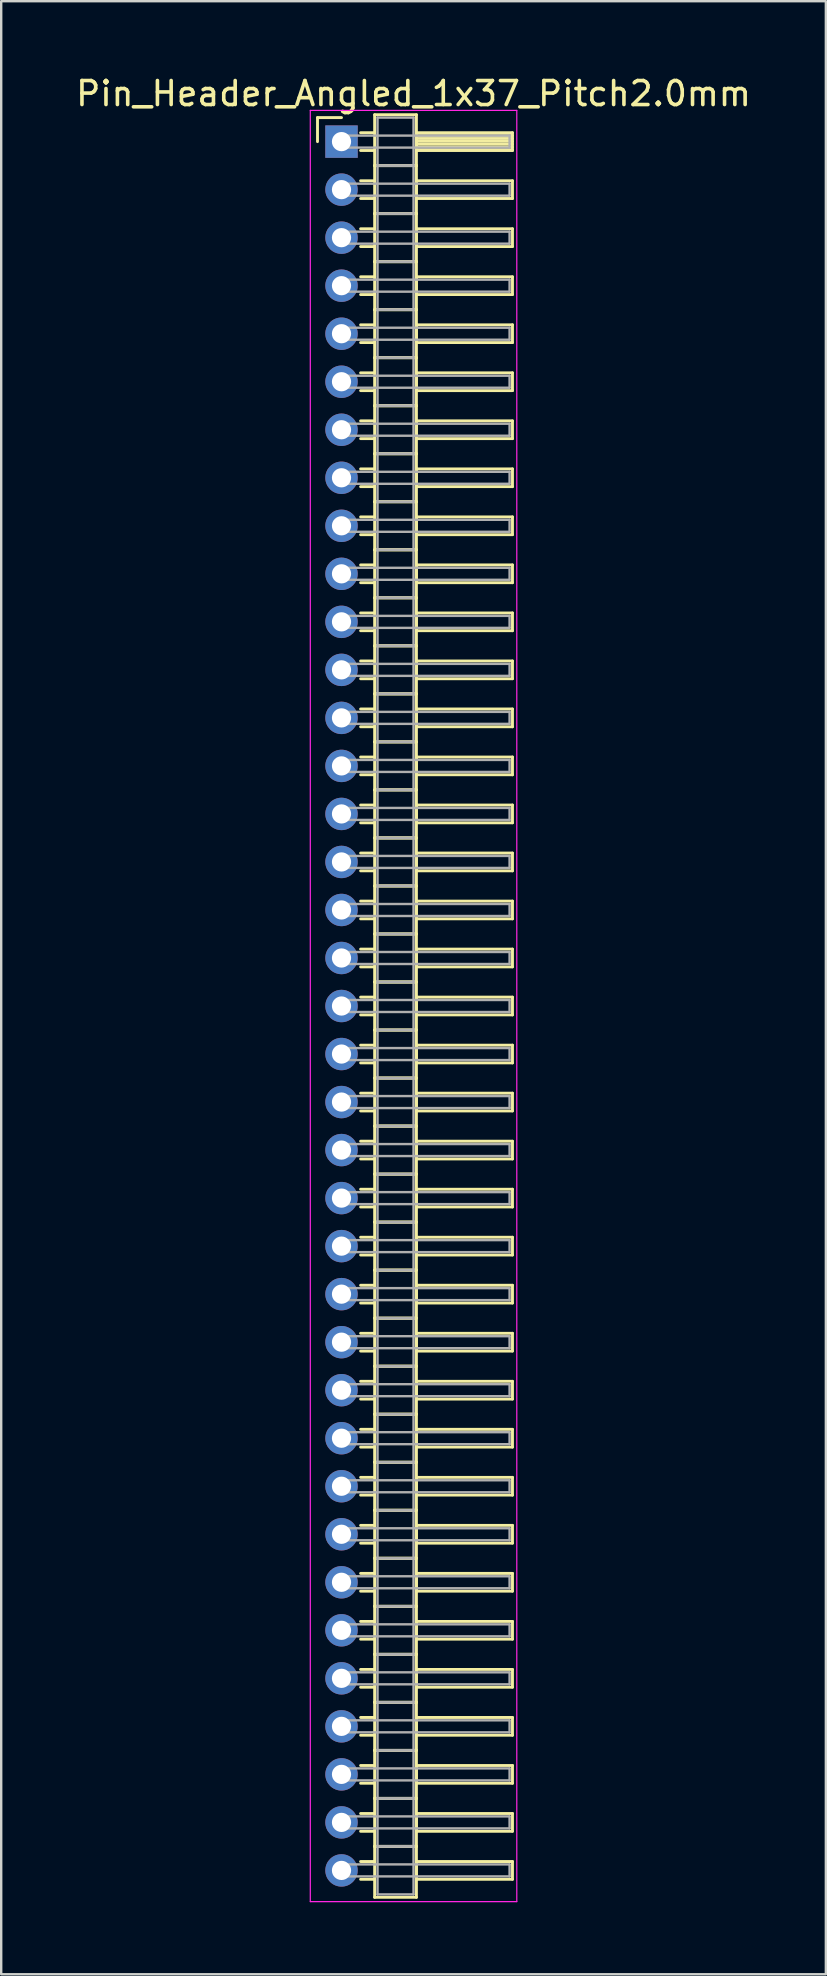
<source format=kicad_pcb>
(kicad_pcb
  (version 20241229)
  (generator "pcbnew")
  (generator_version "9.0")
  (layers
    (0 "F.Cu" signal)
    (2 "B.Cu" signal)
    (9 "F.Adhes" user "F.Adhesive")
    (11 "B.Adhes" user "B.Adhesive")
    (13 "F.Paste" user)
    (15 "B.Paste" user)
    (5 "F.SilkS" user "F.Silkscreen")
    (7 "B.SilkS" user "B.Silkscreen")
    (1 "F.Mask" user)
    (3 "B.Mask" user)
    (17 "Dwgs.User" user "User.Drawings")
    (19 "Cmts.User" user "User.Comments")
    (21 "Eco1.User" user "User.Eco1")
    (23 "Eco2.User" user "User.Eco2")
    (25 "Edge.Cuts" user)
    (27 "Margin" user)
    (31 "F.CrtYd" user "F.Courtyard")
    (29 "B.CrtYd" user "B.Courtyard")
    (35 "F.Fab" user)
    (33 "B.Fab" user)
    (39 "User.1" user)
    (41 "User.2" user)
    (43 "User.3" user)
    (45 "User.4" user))
  (footprint "Pin_Header_Angled_1x37_Pitch2.0mm"
    (layer "F.Cu")
    (at 11.173 2.848)
    (property "Reference" "Pin_Header_Angled_1x37_Pitch2.0mm" (at 3 -2 0) (layer "F.SilkS") (effects (font (size 1 1) (thickness 0.15))))
    (attr through_hole)
    (fp_line (start -1 -1) (end 0 -1) (stroke (width 0.12) (type solid)) (layer "F.SilkS"))
    (fp_line (start -1 0) (end -1 -1) (stroke (width 0.12) (type solid)) (layer "F.SilkS"))
    (fp_line (start 0.795 -0.37) (end 1.38 -0.37) (stroke (width 0.12) (type solid)) (layer "F.SilkS"))
    (fp_line (start 0.795 0.37) (end 1.38 0.37) (stroke (width 0.12) (type solid)) (layer "F.SilkS"))
    (fp_line (start 0.795 1.63) (end 1.38 1.63) (stroke (width 0.12) (type solid)) (layer "F.SilkS"))
    (fp_line (start 0.795 2.37) (end 1.38 2.37) (stroke (width 0.12) (type solid)) (layer "F.SilkS"))
    (fp_line (start 0.795 3.63) (end 1.38 3.63) (stroke (width 0.12) (type solid)) (layer "F.SilkS"))
    (fp_line (start 0.795 4.37) (end 1.38 4.37) (stroke (width 0.12) (type solid)) (layer "F.SilkS"))
    (fp_line (start 0.795 5.63) (end 1.38 5.63) (stroke (width 0.12) (type solid)) (layer "F.SilkS"))
    (fp_line (start 0.795 6.37) (end 1.38 6.37) (stroke (width 0.12) (type solid)) (layer "F.SilkS"))
    (fp_line (start 0.795 7.63) (end 1.38 7.63) (stroke (width 0.12) (type solid)) (layer "F.SilkS"))
    (fp_line (start 0.795 8.37) (end 1.38 8.37) (stroke (width 0.12) (type solid)) (layer "F.SilkS"))
    (fp_line (start 0.795 9.63) (end 1.38 9.63) (stroke (width 0.12) (type solid)) (layer "F.SilkS"))
    (fp_line (start 0.795 10.37) (end 1.38 10.37) (stroke (width 0.12) (type solid)) (layer "F.SilkS"))
    (fp_line (start 0.795 11.63) (end 1.38 11.63) (stroke (width 0.12) (type solid)) (layer "F.SilkS"))
    (fp_line (start 0.795 12.37) (end 1.38 12.37) (stroke (width 0.12) (type solid)) (layer "F.SilkS"))
    (fp_line (start 0.795 13.63) (end 1.38 13.63) (stroke (width 0.12) (type solid)) (layer "F.SilkS"))
    (fp_line (start 0.795 14.37) (end 1.38 14.37) (stroke (width 0.12) (type solid)) (layer "F.SilkS"))
    (fp_line (start 0.795 15.63) (end 1.38 15.63) (stroke (width 0.12) (type solid)) (layer "F.SilkS"))
    (fp_line (start 0.795 16.37) (end 1.38 16.37) (stroke (width 0.12) (type solid)) (layer "F.SilkS"))
    (fp_line (start 0.795 17.63) (end 1.38 17.63) (stroke (width 0.12) (type solid)) (layer "F.SilkS"))
    (fp_line (start 0.795 18.37) (end 1.38 18.37) (stroke (width 0.12) (type solid)) (layer "F.SilkS"))
    (fp_line (start 0.795 19.63) (end 1.38 19.63) (stroke (width 0.12) (type solid)) (layer "F.SilkS"))
    (fp_line (start 0.795 20.37) (end 1.38 20.37) (stroke (width 0.12) (type solid)) (layer "F.SilkS"))
    (fp_line (start 0.795 21.63) (end 1.38 21.63) (stroke (width 0.12) (type solid)) (layer "F.SilkS"))
    (fp_line (start 0.795 22.37) (end 1.38 22.37) (stroke (width 0.12) (type solid)) (layer "F.SilkS"))
    (fp_line (start 0.795 23.63) (end 1.38 23.63) (stroke (width 0.12) (type solid)) (layer "F.SilkS"))
    (fp_line (start 0.795 24.37) (end 1.38 24.37) (stroke (width 0.12) (type solid)) (layer "F.SilkS"))
    (fp_line (start 0.795 25.63) (end 1.38 25.63) (stroke (width 0.12) (type solid)) (layer "F.SilkS"))
    (fp_line (start 0.795 26.37) (end 1.38 26.37) (stroke (width 0.12) (type solid)) (layer "F.SilkS"))
    (fp_line (start 0.795 27.63) (end 1.38 27.63) (stroke (width 0.12) (type solid)) (layer "F.SilkS"))
    (fp_line (start 0.795 28.37) (end 1.38 28.37) (stroke (width 0.12) (type solid)) (layer "F.SilkS"))
    (fp_line (start 0.795 29.63) (end 1.38 29.63) (stroke (width 0.12) (type solid)) (layer "F.SilkS"))
    (fp_line (start 0.795 30.37) (end 1.38 30.37) (stroke (width 0.12) (type solid)) (layer "F.SilkS"))
    (fp_line (start 0.795 31.63) (end 1.38 31.63) (stroke (width 0.12) (type solid)) (layer "F.SilkS"))
    (fp_line (start 0.795 32.37) (end 1.38 32.37) (stroke (width 0.12) (type solid)) (layer "F.SilkS"))
    (fp_line (start 0.795 33.63) (end 1.38 33.63) (stroke (width 0.12) (type solid)) (layer "F.SilkS"))
    (fp_line (start 0.795 34.37) (end 1.38 34.37) (stroke (width 0.12) (type solid)) (layer "F.SilkS"))
    (fp_line (start 0.795 35.63) (end 1.38 35.63) (stroke (width 0.12) (type solid)) (layer "F.SilkS"))
    (fp_line (start 0.795 36.37) (end 1.38 36.37) (stroke (width 0.12) (type solid)) (layer "F.SilkS"))
    (fp_line (start 0.795 37.63) (end 1.38 37.63) (stroke (width 0.12) (type solid)) (layer "F.SilkS"))
    (fp_line (start 0.795 38.37) (end 1.38 38.37) (stroke (width 0.12) (type solid)) (layer "F.SilkS"))
    (fp_line (start 0.795 39.63) (end 1.38 39.63) (stroke (width 0.12) (type solid)) (layer "F.SilkS"))
    (fp_line (start 0.795 40.37) (end 1.38 40.37) (stroke (width 0.12) (type solid)) (layer "F.SilkS"))
    (fp_line (start 0.795 41.63) (end 1.38 41.63) (stroke (width 0.12) (type solid)) (layer "F.SilkS"))
    (fp_line (start 0.795 42.37) (end 1.38 42.37) (stroke (width 0.12) (type solid)) (layer "F.SilkS"))
    (fp_line (start 0.795 43.63) (end 1.38 43.63) (stroke (width 0.12) (type solid)) (layer "F.SilkS"))
    (fp_line (start 0.795 44.37) (end 1.38 44.37) (stroke (width 0.12) (type solid)) (layer "F.SilkS"))
    (fp_line (start 0.795 45.63) (end 1.38 45.63) (stroke (width 0.12) (type solid)) (layer "F.SilkS"))
    (fp_line (start 0.795 46.37) (end 1.38 46.37) (stroke (width 0.12) (type solid)) (layer "F.SilkS"))
    (fp_line (start 0.795 47.63) (end 1.38 47.63) (stroke (width 0.12) (type solid)) (layer "F.SilkS"))
    (fp_line (start 0.795 48.37) (end 1.38 48.37) (stroke (width 0.12) (type solid)) (layer "F.SilkS"))
    (fp_line (start 0.795 49.63) (end 1.38 49.63) (stroke (width 0.12) (type solid)) (layer "F.SilkS"))
    (fp_line (start 0.795 50.37) (end 1.38 50.37) (stroke (width 0.12) (type solid)) (layer "F.SilkS"))
    (fp_line (start 0.795 51.63) (end 1.38 51.63) (stroke (width 0.12) (type solid)) (layer "F.SilkS"))
    (fp_line (start 0.795 52.37) (end 1.38 52.37) (stroke (width 0.12) (type solid)) (layer "F.SilkS"))
    (fp_line (start 0.795 53.63) (end 1.38 53.63) (stroke (width 0.12) (type solid)) (layer "F.SilkS"))
    (fp_line (start 0.795 54.37) (end 1.38 54.37) (stroke (width 0.12) (type solid)) (layer "F.SilkS"))
    (fp_line (start 0.795 55.63) (end 1.38 55.63) (stroke (width 0.12) (type solid)) (layer "F.SilkS"))
    (fp_line (start 0.795 56.37) (end 1.38 56.37) (stroke (width 0.12) (type solid)) (layer "F.SilkS"))
    (fp_line (start 0.795 57.63) (end 1.38 57.63) (stroke (width 0.12) (type solid)) (layer "F.SilkS"))
    (fp_line (start 0.795 58.37) (end 1.38 58.37) (stroke (width 0.12) (type solid)) (layer "F.SilkS"))
    (fp_line (start 0.795 59.63) (end 1.38 59.63) (stroke (width 0.12) (type solid)) (layer "F.SilkS"))
    (fp_line (start 0.795 60.37) (end 1.38 60.37) (stroke (width 0.12) (type solid)) (layer "F.SilkS"))
    (fp_line (start 0.795 61.63) (end 1.38 61.63) (stroke (width 0.12) (type solid)) (layer "F.SilkS"))
    (fp_line (start 0.795 62.37) (end 1.38 62.37) (stroke (width 0.12) (type solid)) (layer "F.SilkS"))
    (fp_line (start 0.795 63.63) (end 1.38 63.63) (stroke (width 0.12) (type solid)) (layer "F.SilkS"))
    (fp_line (start 0.795 64.37) (end 1.38 64.37) (stroke (width 0.12) (type solid)) (layer "F.SilkS"))
    (fp_line (start 0.795 65.63) (end 1.38 65.63) (stroke (width 0.12) (type solid)) (layer "F.SilkS"))
    (fp_line (start 0.795 66.37) (end 1.38 66.37) (stroke (width 0.12) (type solid)) (layer "F.SilkS"))
    (fp_line (start 0.795 67.63) (end 1.38 67.63) (stroke (width 0.12) (type solid)) (layer "F.SilkS"))
    (fp_line (start 0.795 68.37) (end 1.38 68.37) (stroke (width 0.12) (type solid)) (layer "F.SilkS"))
    (fp_line (start 0.795 69.63) (end 1.38 69.63) (stroke (width 0.12) (type solid)) (layer "F.SilkS"))
    (fp_line (start 0.795 70.37) (end 1.38 70.37) (stroke (width 0.12) (type solid)) (layer "F.SilkS"))
    (fp_line (start 0.795 71.63) (end 1.38 71.63) (stroke (width 0.12) (type solid)) (layer "F.SilkS"))
    (fp_line (start 0.795 72.37) (end 1.38 72.37) (stroke (width 0.12) (type solid)) (layer "F.SilkS"))
    (fp_line (start 1.38 -1.12) (end 1.38 1) (stroke (width 0.12) (type solid)) (layer "F.SilkS"))
    (fp_line (start 1.38 1) (end 1.38 3) (stroke (width 0.12) (type solid)) (layer "F.SilkS"))
    (fp_line (start 1.38 1) (end 3.12 1) (stroke (width 0.12) (type solid)) (layer "F.SilkS"))
    (fp_line (start 1.38 3) (end 1.38 5) (stroke (width 0.12) (type solid)) (layer "F.SilkS"))
    (fp_line (start 1.38 3) (end 3.12 3) (stroke (width 0.12) (type solid)) (layer "F.SilkS"))
    (fp_line (start 1.38 5) (end 1.38 7) (stroke (width 0.12) (type solid)) (layer "F.SilkS"))
    (fp_line (start 1.38 5) (end 3.12 5) (stroke (width 0.12) (type solid)) (layer "F.SilkS"))
    (fp_line (start 1.38 7) (end 1.38 9) (stroke (width 0.12) (type solid)) (layer "F.SilkS"))
    (fp_line (start 1.38 7) (end 3.12 7) (stroke (width 0.12) (type solid)) (layer "F.SilkS"))
    (fp_line (start 1.38 9) (end 1.38 11) (stroke (width 0.12) (type solid)) (layer "F.SilkS"))
    (fp_line (start 1.38 9) (end 3.12 9) (stroke (width 0.12) (type solid)) (layer "F.SilkS"))
    (fp_line (start 1.38 11) (end 1.38 13) (stroke (width 0.12) (type solid)) (layer "F.SilkS"))
    (fp_line (start 1.38 11) (end 3.12 11) (stroke (width 0.12) (type solid)) (layer "F.SilkS"))
    (fp_line (start 1.38 13) (end 1.38 15) (stroke (width 0.12) (type solid)) (layer "F.SilkS"))
    (fp_line (start 1.38 13) (end 3.12 13) (stroke (width 0.12) (type solid)) (layer "F.SilkS"))
    (fp_line (start 1.38 15) (end 1.38 17) (stroke (width 0.12) (type solid)) (layer "F.SilkS"))
    (fp_line (start 1.38 15) (end 3.12 15) (stroke (width 0.12) (type solid)) (layer "F.SilkS"))
    (fp_line (start 1.38 17) (end 1.38 19) (stroke (width 0.12) (type solid)) (layer "F.SilkS"))
    (fp_line (start 1.38 17) (end 3.12 17) (stroke (width 0.12) (type solid)) (layer "F.SilkS"))
    (fp_line (start 1.38 19) (end 1.38 21) (stroke (width 0.12) (type solid)) (layer "F.SilkS"))
    (fp_line (start 1.38 19) (end 3.12 19) (stroke (width 0.12) (type solid)) (layer "F.SilkS"))
    (fp_line (start 1.38 21) (end 1.38 23) (stroke (width 0.12) (type solid)) (layer "F.SilkS"))
    (fp_line (start 1.38 21) (end 3.12 21) (stroke (width 0.12) (type solid)) (layer "F.SilkS"))
    (fp_line (start 1.38 23) (end 1.38 25) (stroke (width 0.12) (type solid)) (layer "F.SilkS"))
    (fp_line (start 1.38 23) (end 3.12 23) (stroke (width 0.12) (type solid)) (layer "F.SilkS"))
    (fp_line (start 1.38 25) (end 1.38 27) (stroke (width 0.12) (type solid)) (layer "F.SilkS"))
    (fp_line (start 1.38 25) (end 3.12 25) (stroke (width 0.12) (type solid)) (layer "F.SilkS"))
    (fp_line (start 1.38 27) (end 1.38 29) (stroke (width 0.12) (type solid)) (layer "F.SilkS"))
    (fp_line (start 1.38 27) (end 3.12 27) (stroke (width 0.12) (type solid)) (layer "F.SilkS"))
    (fp_line (start 1.38 29) (end 1.38 31) (stroke (width 0.12) (type solid)) (layer "F.SilkS"))
    (fp_line (start 1.38 29) (end 3.12 29) (stroke (width 0.12) (type solid)) (layer "F.SilkS"))
    (fp_line (start 1.38 31) (end 1.38 33) (stroke (width 0.12) (type solid)) (layer "F.SilkS"))
    (fp_line (start 1.38 31) (end 3.12 31) (stroke (width 0.12) (type solid)) (layer "F.SilkS"))
    (fp_line (start 1.38 33) (end 1.38 35) (stroke (width 0.12) (type solid)) (layer "F.SilkS"))
    (fp_line (start 1.38 33) (end 3.12 33) (stroke (width 0.12) (type solid)) (layer "F.SilkS"))
    (fp_line (start 1.38 35) (end 1.38 37) (stroke (width 0.12) (type solid)) (layer "F.SilkS"))
    (fp_line (start 1.38 35) (end 3.12 35) (stroke (width 0.12) (type solid)) (layer "F.SilkS"))
    (fp_line (start 1.38 37) (end 1.38 39) (stroke (width 0.12) (type solid)) (layer "F.SilkS"))
    (fp_line (start 1.38 37) (end 3.12 37) (stroke (width 0.12) (type solid)) (layer "F.SilkS"))
    (fp_line (start 1.38 39) (end 1.38 41) (stroke (width 0.12) (type solid)) (layer "F.SilkS"))
    (fp_line (start 1.38 39) (end 3.12 39) (stroke (width 0.12) (type solid)) (layer "F.SilkS"))
    (fp_line (start 1.38 41) (end 1.38 43) (stroke (width 0.12) (type solid)) (layer "F.SilkS"))
    (fp_line (start 1.38 41) (end 3.12 41) (stroke (width 0.12) (type solid)) (layer "F.SilkS"))
    (fp_line (start 1.38 43) (end 1.38 45) (stroke (width 0.12) (type solid)) (layer "F.SilkS"))
    (fp_line (start 1.38 43) (end 3.12 43) (stroke (width 0.12) (type solid)) (layer "F.SilkS"))
    (fp_line (start 1.38 45) (end 1.38 47) (stroke (width 0.12) (type solid)) (layer "F.SilkS"))
    (fp_line (start 1.38 45) (end 3.12 45) (stroke (width 0.12) (type solid)) (layer "F.SilkS"))
    (fp_line (start 1.38 47) (end 1.38 49) (stroke (width 0.12) (type solid)) (layer "F.SilkS"))
    (fp_line (start 1.38 47) (end 3.12 47) (stroke (width 0.12) (type solid)) (layer "F.SilkS"))
    (fp_line (start 1.38 49) (end 1.38 51) (stroke (width 0.12) (type solid)) (layer "F.SilkS"))
    (fp_line (start 1.38 49) (end 3.12 49) (stroke (width 0.12) (type solid)) (layer "F.SilkS"))
    (fp_line (start 1.38 51) (end 1.38 53) (stroke (width 0.12) (type solid)) (layer "F.SilkS"))
    (fp_line (start 1.38 51) (end 3.12 51) (stroke (width 0.12) (type solid)) (layer "F.SilkS"))
    (fp_line (start 1.38 53) (end 1.38 55) (stroke (width 0.12) (type solid)) (layer "F.SilkS"))
    (fp_line (start 1.38 53) (end 3.12 53) (stroke (width 0.12) (type solid)) (layer "F.SilkS"))
    (fp_line (start 1.38 55) (end 1.38 57) (stroke (width 0.12) (type solid)) (layer "F.SilkS"))
    (fp_line (start 1.38 55) (end 3.12 55) (stroke (width 0.12) (type solid)) (layer "F.SilkS"))
    (fp_line (start 1.38 57) (end 1.38 59) (stroke (width 0.12) (type solid)) (layer "F.SilkS"))
    (fp_line (start 1.38 57) (end 3.12 57) (stroke (width 0.12) (type solid)) (layer "F.SilkS"))
    (fp_line (start 1.38 59) (end 1.38 61) (stroke (width 0.12) (type solid)) (layer "F.SilkS"))
    (fp_line (start 1.38 59) (end 3.12 59) (stroke (width 0.12) (type solid)) (layer "F.SilkS"))
    (fp_line (start 1.38 61) (end 1.38 63) (stroke (width 0.12) (type solid)) (layer "F.SilkS"))
    (fp_line (start 1.38 61) (end 3.12 61) (stroke (width 0.12) (type solid)) (layer "F.SilkS"))
    (fp_line (start 1.38 63) (end 1.38 65) (stroke (width 0.12) (type solid)) (layer "F.SilkS"))
    (fp_line (start 1.38 63) (end 3.12 63) (stroke (width 0.12) (type solid)) (layer "F.SilkS"))
    (fp_line (start 1.38 65) (end 1.38 67) (stroke (width 0.12) (type solid)) (layer "F.SilkS"))
    (fp_line (start 1.38 65) (end 3.12 65) (stroke (width 0.12) (type solid)) (layer "F.SilkS"))
    (fp_line (start 1.38 67) (end 1.38 69) (stroke (width 0.12) (type solid)) (layer "F.SilkS"))
    (fp_line (start 1.38 67) (end 3.12 67) (stroke (width 0.12) (type solid)) (layer "F.SilkS"))
    (fp_line (start 1.38 69) (end 1.38 71) (stroke (width 0.12) (type solid)) (layer "F.SilkS"))
    (fp_line (start 1.38 69) (end 3.12 69) (stroke (width 0.12) (type solid)) (layer "F.SilkS"))
    (fp_line (start 1.38 71) (end 1.38 73.12) (stroke (width 0.12) (type solid)) (layer "F.SilkS"))
    (fp_line (start 1.38 71) (end 3.12 71) (stroke (width 0.12) (type solid)) (layer "F.SilkS"))
    (fp_line (start 1.38 73.12) (end 3.12 73.12) (stroke (width 0.12) (type solid)) (layer "F.SilkS"))
    (fp_line (start 3.12 -1.12) (end 1.38 -1.12) (stroke (width 0.12) (type solid)) (layer "F.SilkS"))
    (fp_line (start 3.12 -0.37) (end 3.12 0.37) (stroke (width 0.12) (type solid)) (layer "F.SilkS"))
    (fp_line (start 3.12 -0.25) (end 7.12 -0.25) (stroke (width 0.12) (type solid)) (layer "F.SilkS"))
    (fp_line (start 3.12 -0.13) (end 7.12 -0.13) (stroke (width 0.12) (type solid)) (layer "F.SilkS"))
    (fp_line (start 3.12 -0.01) (end 7.12 -0.01) (stroke (width 0.12) (type solid)) (layer "F.SilkS"))
    (fp_line (start 3.12 0.11) (end 7.12 0.11) (stroke (width 0.12) (type solid)) (layer "F.SilkS"))
    (fp_line (start 3.12 0.23) (end 7.12 0.23) (stroke (width 0.12) (type solid)) (layer "F.SilkS"))
    (fp_line (start 3.12 0.35) (end 7.12 0.35) (stroke (width 0.12) (type solid)) (layer "F.SilkS"))
    (fp_line (start 3.12 0.37) (end 7.12 0.37) (stroke (width 0.12) (type solid)) (layer "F.SilkS"))
    (fp_line (start 3.12 1) (end 1.38 1) (stroke (width 0.12) (type solid)) (layer "F.SilkS"))
    (fp_line (start 3.12 1) (end 3.12 -1.12) (stroke (width 0.12) (type solid)) (layer "F.SilkS"))
    (fp_line (start 3.12 1.63) (end 3.12 2.37) (stroke (width 0.12) (type solid)) (layer "F.SilkS"))
    (fp_line (start 3.12 2.37) (end 7.12 2.37) (stroke (width 0.12) (type solid)) (layer "F.SilkS"))
    (fp_line (start 3.12 3) (end 1.38 3) (stroke (width 0.12) (type solid)) (layer "F.SilkS"))
    (fp_line (start 3.12 3) (end 3.12 1) (stroke (width 0.12) (type solid)) (layer "F.SilkS"))
    (fp_line (start 3.12 3.63) (end 3.12 4.37) (stroke (width 0.12) (type solid)) (layer "F.SilkS"))
    (fp_line (start 3.12 4.37) (end 7.12 4.37) (stroke (width 0.12) (type solid)) (layer "F.SilkS"))
    (fp_line (start 3.12 5) (end 1.38 5) (stroke (width 0.12) (type solid)) (layer "F.SilkS"))
    (fp_line (start 3.12 5) (end 3.12 3) (stroke (width 0.12) (type solid)) (layer "F.SilkS"))
    (fp_line (start 3.12 5.63) (end 3.12 6.37) (stroke (width 0.12) (type solid)) (layer "F.SilkS"))
    (fp_line (start 3.12 6.37) (end 7.12 6.37) (stroke (width 0.12) (type solid)) (layer "F.SilkS"))
    (fp_line (start 3.12 7) (end 1.38 7) (stroke (width 0.12) (type solid)) (layer "F.SilkS"))
    (fp_line (start 3.12 7) (end 3.12 5) (stroke (width 0.12) (type solid)) (layer "F.SilkS"))
    (fp_line (start 3.12 7.63) (end 3.12 8.37) (stroke (width 0.12) (type solid)) (layer "F.SilkS"))
    (fp_line (start 3.12 8.37) (end 7.12 8.37) (stroke (width 0.12) (type solid)) (layer "F.SilkS"))
    (fp_line (start 3.12 9) (end 1.38 9) (stroke (width 0.12) (type solid)) (layer "F.SilkS"))
    (fp_line (start 3.12 9) (end 3.12 7) (stroke (width 0.12) (type solid)) (layer "F.SilkS"))
    (fp_line (start 3.12 9.63) (end 3.12 10.37) (stroke (width 0.12) (type solid)) (layer "F.SilkS"))
    (fp_line (start 3.12 10.37) (end 7.12 10.37) (stroke (width 0.12) (type solid)) (layer "F.SilkS"))
    (fp_line (start 3.12 11) (end 1.38 11) (stroke (width 0.12) (type solid)) (layer "F.SilkS"))
    (fp_line (start 3.12 11) (end 3.12 9) (stroke (width 0.12) (type solid)) (layer "F.SilkS"))
    (fp_line (start 3.12 11.63) (end 3.12 12.37) (stroke (width 0.12) (type solid)) (layer "F.SilkS"))
    (fp_line (start 3.12 12.37) (end 7.12 12.37) (stroke (width 0.12) (type solid)) (layer "F.SilkS"))
    (fp_line (start 3.12 13) (end 1.38 13) (stroke (width 0.12) (type solid)) (layer "F.SilkS"))
    (fp_line (start 3.12 13) (end 3.12 11) (stroke (width 0.12) (type solid)) (layer "F.SilkS"))
    (fp_line (start 3.12 13.63) (end 3.12 14.37) (stroke (width 0.12) (type solid)) (layer "F.SilkS"))
    (fp_line (start 3.12 14.37) (end 7.12 14.37) (stroke (width 0.12) (type solid)) (layer "F.SilkS"))
    (fp_line (start 3.12 15) (end 1.38 15) (stroke (width 0.12) (type solid)) (layer "F.SilkS"))
    (fp_line (start 3.12 15) (end 3.12 13) (stroke (width 0.12) (type solid)) (layer "F.SilkS"))
    (fp_line (start 3.12 15.63) (end 3.12 16.37) (stroke (width 0.12) (type solid)) (layer "F.SilkS"))
    (fp_line (start 3.12 16.37) (end 7.12 16.37) (stroke (width 0.12) (type solid)) (layer "F.SilkS"))
    (fp_line (start 3.12 17) (end 1.38 17) (stroke (width 0.12) (type solid)) (layer "F.SilkS"))
    (fp_line (start 3.12 17) (end 3.12 15) (stroke (width 0.12) (type solid)) (layer "F.SilkS"))
    (fp_line (start 3.12 17.63) (end 3.12 18.37) (stroke (width 0.12) (type solid)) (layer "F.SilkS"))
    (fp_line (start 3.12 18.37) (end 7.12 18.37) (stroke (width 0.12) (type solid)) (layer "F.SilkS"))
    (fp_line (start 3.12 19) (end 1.38 19) (stroke (width 0.12) (type solid)) (layer "F.SilkS"))
    (fp_line (start 3.12 19) (end 3.12 17) (stroke (width 0.12) (type solid)) (layer "F.SilkS"))
    (fp_line (start 3.12 19.63) (end 3.12 20.37) (stroke (width 0.12) (type solid)) (layer "F.SilkS"))
    (fp_line (start 3.12 20.37) (end 7.12 20.37) (stroke (width 0.12) (type solid)) (layer "F.SilkS"))
    (fp_line (start 3.12 21) (end 1.38 21) (stroke (width 0.12) (type solid)) (layer "F.SilkS"))
    (fp_line (start 3.12 21) (end 3.12 19) (stroke (width 0.12) (type solid)) (layer "F.SilkS"))
    (fp_line (start 3.12 21.63) (end 3.12 22.37) (stroke (width 0.12) (type solid)) (layer "F.SilkS"))
    (fp_line (start 3.12 22.37) (end 7.12 22.37) (stroke (width 0.12) (type solid)) (layer "F.SilkS"))
    (fp_line (start 3.12 23) (end 1.38 23) (stroke (width 0.12) (type solid)) (layer "F.SilkS"))
    (fp_line (start 3.12 23) (end 3.12 21) (stroke (width 0.12) (type solid)) (layer "F.SilkS"))
    (fp_line (start 3.12 23.63) (end 3.12 24.37) (stroke (width 0.12) (type solid)) (layer "F.SilkS"))
    (fp_line (start 3.12 24.37) (end 7.12 24.37) (stroke (width 0.12) (type solid)) (layer "F.SilkS"))
    (fp_line (start 3.12 25) (end 1.38 25) (stroke (width 0.12) (type solid)) (layer "F.SilkS"))
    (fp_line (start 3.12 25) (end 3.12 23) (stroke (width 0.12) (type solid)) (layer "F.SilkS"))
    (fp_line (start 3.12 25.63) (end 3.12 26.37) (stroke (width 0.12) (type solid)) (layer "F.SilkS"))
    (fp_line (start 3.12 26.37) (end 7.12 26.37) (stroke (width 0.12) (type solid)) (layer "F.SilkS"))
    (fp_line (start 3.12 27) (end 1.38 27) (stroke (width 0.12) (type solid)) (layer "F.SilkS"))
    (fp_line (start 3.12 27) (end 3.12 25) (stroke (width 0.12) (type solid)) (layer "F.SilkS"))
    (fp_line (start 3.12 27.63) (end 3.12 28.37) (stroke (width 0.12) (type solid)) (layer "F.SilkS"))
    (fp_line (start 3.12 28.37) (end 7.12 28.37) (stroke (width 0.12) (type solid)) (layer "F.SilkS"))
    (fp_line (start 3.12 29) (end 1.38 29) (stroke (width 0.12) (type solid)) (layer "F.SilkS"))
    (fp_line (start 3.12 29) (end 3.12 27) (stroke (width 0.12) (type solid)) (layer "F.SilkS"))
    (fp_line (start 3.12 29.63) (end 3.12 30.37) (stroke (width 0.12) (type solid)) (layer "F.SilkS"))
    (fp_line (start 3.12 30.37) (end 7.12 30.37) (stroke (width 0.12) (type solid)) (layer "F.SilkS"))
    (fp_line (start 3.12 31) (end 1.38 31) (stroke (width 0.12) (type solid)) (layer "F.SilkS"))
    (fp_line (start 3.12 31) (end 3.12 29) (stroke (width 0.12) (type solid)) (layer "F.SilkS"))
    (fp_line (start 3.12 31.63) (end 3.12 32.37) (stroke (width 0.12) (type solid)) (layer "F.SilkS"))
    (fp_line (start 3.12 32.37) (end 7.12 32.37) (stroke (width 0.12) (type solid)) (layer "F.SilkS"))
    (fp_line (start 3.12 33) (end 1.38 33) (stroke (width 0.12) (type solid)) (layer "F.SilkS"))
    (fp_line (start 3.12 33) (end 3.12 31) (stroke (width 0.12) (type solid)) (layer "F.SilkS"))
    (fp_line (start 3.12 33.63) (end 3.12 34.37) (stroke (width 0.12) (type solid)) (layer "F.SilkS"))
    (fp_line (start 3.12 34.37) (end 7.12 34.37) (stroke (width 0.12) (type solid)) (layer "F.SilkS"))
    (fp_line (start 3.12 35) (end 1.38 35) (stroke (width 0.12) (type solid)) (layer "F.SilkS"))
    (fp_line (start 3.12 35) (end 3.12 33) (stroke (width 0.12) (type solid)) (layer "F.SilkS"))
    (fp_line (start 3.12 35.63) (end 3.12 36.37) (stroke (width 0.12) (type solid)) (layer "F.SilkS"))
    (fp_line (start 3.12 36.37) (end 7.12 36.37) (stroke (width 0.12) (type solid)) (layer "F.SilkS"))
    (fp_line (start 3.12 37) (end 1.38 37) (stroke (width 0.12) (type solid)) (layer "F.SilkS"))
    (fp_line (start 3.12 37) (end 3.12 35) (stroke (width 0.12) (type solid)) (layer "F.SilkS"))
    (fp_line (start 3.12 37.63) (end 3.12 38.37) (stroke (width 0.12) (type solid)) (layer "F.SilkS"))
    (fp_line (start 3.12 38.37) (end 7.12 38.37) (stroke (width 0.12) (type solid)) (layer "F.SilkS"))
    (fp_line (start 3.12 39) (end 1.38 39) (stroke (width 0.12) (type solid)) (layer "F.SilkS"))
    (fp_line (start 3.12 39) (end 3.12 37) (stroke (width 0.12) (type solid)) (layer "F.SilkS"))
    (fp_line (start 3.12 39.63) (end 3.12 40.37) (stroke (width 0.12) (type solid)) (layer "F.SilkS"))
    (fp_line (start 3.12 40.37) (end 7.12 40.37) (stroke (width 0.12) (type solid)) (layer "F.SilkS"))
    (fp_line (start 3.12 41) (end 1.38 41) (stroke (width 0.12) (type solid)) (layer "F.SilkS"))
    (fp_line (start 3.12 41) (end 3.12 39) (stroke (width 0.12) (type solid)) (layer "F.SilkS"))
    (fp_line (start 3.12 41.63) (end 3.12 42.37) (stroke (width 0.12) (type solid)) (layer "F.SilkS"))
    (fp_line (start 3.12 42.37) (end 7.12 42.37) (stroke (width 0.12) (type solid)) (layer "F.SilkS"))
    (fp_line (start 3.12 43) (end 1.38 43) (stroke (width 0.12) (type solid)) (layer "F.SilkS"))
    (fp_line (start 3.12 43) (end 3.12 41) (stroke (width 0.12) (type solid)) (layer "F.SilkS"))
    (fp_line (start 3.12 43.63) (end 3.12 44.37) (stroke (width 0.12) (type solid)) (layer "F.SilkS"))
    (fp_line (start 3.12 44.37) (end 7.12 44.37) (stroke (width 0.12) (type solid)) (layer "F.SilkS"))
    (fp_line (start 3.12 45) (end 1.38 45) (stroke (width 0.12) (type solid)) (layer "F.SilkS"))
    (fp_line (start 3.12 45) (end 3.12 43) (stroke (width 0.12) (type solid)) (layer "F.SilkS"))
    (fp_line (start 3.12 45.63) (end 3.12 46.37) (stroke (width 0.12) (type solid)) (layer "F.SilkS"))
    (fp_line (start 3.12 46.37) (end 7.12 46.37) (stroke (width 0.12) (type solid)) (layer "F.SilkS"))
    (fp_line (start 3.12 47) (end 1.38 47) (stroke (width 0.12) (type solid)) (layer "F.SilkS"))
    (fp_line (start 3.12 47) (end 3.12 45) (stroke (width 0.12) (type solid)) (layer "F.SilkS"))
    (fp_line (start 3.12 47.63) (end 3.12 48.37) (stroke (width 0.12) (type solid)) (layer "F.SilkS"))
    (fp_line (start 3.12 48.37) (end 7.12 48.37) (stroke (width 0.12) (type solid)) (layer "F.SilkS"))
    (fp_line (start 3.12 49) (end 1.38 49) (stroke (width 0.12) (type solid)) (layer "F.SilkS"))
    (fp_line (start 3.12 49) (end 3.12 47) (stroke (width 0.12) (type solid)) (layer "F.SilkS"))
    (fp_line (start 3.12 49.63) (end 3.12 50.37) (stroke (width 0.12) (type solid)) (layer "F.SilkS"))
    (fp_line (start 3.12 50.37) (end 7.12 50.37) (stroke (width 0.12) (type solid)) (layer "F.SilkS"))
    (fp_line (start 3.12 51) (end 1.38 51) (stroke (width 0.12) (type solid)) (layer "F.SilkS"))
    (fp_line (start 3.12 51) (end 3.12 49) (stroke (width 0.12) (type solid)) (layer "F.SilkS"))
    (fp_line (start 3.12 51.63) (end 3.12 52.37) (stroke (width 0.12) (type solid)) (layer "F.SilkS"))
    (fp_line (start 3.12 52.37) (end 7.12 52.37) (stroke (width 0.12) (type solid)) (layer "F.SilkS"))
    (fp_line (start 3.12 53) (end 1.38 53) (stroke (width 0.12) (type solid)) (layer "F.SilkS"))
    (fp_line (start 3.12 53) (end 3.12 51) (stroke (width 0.12) (type solid)) (layer "F.SilkS"))
    (fp_line (start 3.12 53.63) (end 3.12 54.37) (stroke (width 0.12) (type solid)) (layer "F.SilkS"))
    (fp_line (start 3.12 54.37) (end 7.12 54.37) (stroke (width 0.12) (type solid)) (layer "F.SilkS"))
    (fp_line (start 3.12 55) (end 1.38 55) (stroke (width 0.12) (type solid)) (layer "F.SilkS"))
    (fp_line (start 3.12 55) (end 3.12 53) (stroke (width 0.12) (type solid)) (layer "F.SilkS"))
    (fp_line (start 3.12 55.63) (end 3.12 56.37) (stroke (width 0.12) (type solid)) (layer "F.SilkS"))
    (fp_line (start 3.12 56.37) (end 7.12 56.37) (stroke (width 0.12) (type solid)) (layer "F.SilkS"))
    (fp_line (start 3.12 57) (end 1.38 57) (stroke (width 0.12) (type solid)) (layer "F.SilkS"))
    (fp_line (start 3.12 57) (end 3.12 55) (stroke (width 0.12) (type solid)) (layer "F.SilkS"))
    (fp_line (start 3.12 57.63) (end 3.12 58.37) (stroke (width 0.12) (type solid)) (layer "F.SilkS"))
    (fp_line (start 3.12 58.37) (end 7.12 58.37) (stroke (width 0.12) (type solid)) (layer "F.SilkS"))
    (fp_line (start 3.12 59) (end 1.38 59) (stroke (width 0.12) (type solid)) (layer "F.SilkS"))
    (fp_line (start 3.12 59) (end 3.12 57) (stroke (width 0.12) (type solid)) (layer "F.SilkS"))
    (fp_line (start 3.12 59.63) (end 3.12 60.37) (stroke (width 0.12) (type solid)) (layer "F.SilkS"))
    (fp_line (start 3.12 60.37) (end 7.12 60.37) (stroke (width 0.12) (type solid)) (layer "F.SilkS"))
    (fp_line (start 3.12 61) (end 1.38 61) (stroke (width 0.12) (type solid)) (layer "F.SilkS"))
    (fp_line (start 3.12 61) (end 3.12 59) (stroke (width 0.12) (type solid)) (layer "F.SilkS"))
    (fp_line (start 3.12 61.63) (end 3.12 62.37) (stroke (width 0.12) (type solid)) (layer "F.SilkS"))
    (fp_line (start 3.12 62.37) (end 7.12 62.37) (stroke (width 0.12) (type solid)) (layer "F.SilkS"))
    (fp_line (start 3.12 63) (end 1.38 63) (stroke (width 0.12) (type solid)) (layer "F.SilkS"))
    (fp_line (start 3.12 63) (end 3.12 61) (stroke (width 0.12) (type solid)) (layer "F.SilkS"))
    (fp_line (start 3.12 63.63) (end 3.12 64.37) (stroke (width 0.12) (type solid)) (layer "F.SilkS"))
    (fp_line (start 3.12 64.37) (end 7.12 64.37) (stroke (width 0.12) (type solid)) (layer "F.SilkS"))
    (fp_line (start 3.12 65) (end 1.38 65) (stroke (width 0.12) (type solid)) (layer "F.SilkS"))
    (fp_line (start 3.12 65) (end 3.12 63) (stroke (width 0.12) (type solid)) (layer "F.SilkS"))
    (fp_line (start 3.12 65.63) (end 3.12 66.37) (stroke (width 0.12) (type solid)) (layer "F.SilkS"))
    (fp_line (start 3.12 66.37) (end 7.12 66.37) (stroke (width 0.12) (type solid)) (layer "F.SilkS"))
    (fp_line (start 3.12 67) (end 1.38 67) (stroke (width 0.12) (type solid)) (layer "F.SilkS"))
    (fp_line (start 3.12 67) (end 3.12 65) (stroke (width 0.12) (type solid)) (layer "F.SilkS"))
    (fp_line (start 3.12 67.63) (end 3.12 68.37) (stroke (width 0.12) (type solid)) (layer "F.SilkS"))
    (fp_line (start 3.12 68.37) (end 7.12 68.37) (stroke (width 0.12) (type solid)) (layer "F.SilkS"))
    (fp_line (start 3.12 69) (end 1.38 69) (stroke (width 0.12) (type solid)) (layer "F.SilkS"))
    (fp_line (start 3.12 69) (end 3.12 67) (stroke (width 0.12) (type solid)) (layer "F.SilkS"))
    (fp_line (start 3.12 69.63) (end 3.12 70.37) (stroke (width 0.12) (type solid)) (layer "F.SilkS"))
    (fp_line (start 3.12 70.37) (end 7.12 70.37) (stroke (width 0.12) (type solid)) (layer "F.SilkS"))
    (fp_line (start 3.12 71) (end 1.38 71) (stroke (width 0.12) (type solid)) (layer "F.SilkS"))
    (fp_line (start 3.12 71) (end 3.12 69) (stroke (width 0.12) (type solid)) (layer "F.SilkS"))
    (fp_line (start 3.12 71.63) (end 3.12 72.37) (stroke (width 0.12) (type solid)) (layer "F.SilkS"))
    (fp_line (start 3.12 72.37) (end 7.12 72.37) (stroke (width 0.12) (type solid)) (layer "F.SilkS"))
    (fp_line (start 3.12 73.12) (end 3.12 71) (stroke (width 0.12) (type solid)) (layer "F.SilkS"))
    (fp_line (start 7.12 -0.37) (end 3.12 -0.37) (stroke (width 0.12) (type solid)) (layer "F.SilkS"))
    (fp_line (start 7.12 0.37) (end 7.12 -0.37) (stroke (width 0.12) (type solid)) (layer "F.SilkS"))
    (fp_line (start 7.12 1.63) (end 3.12 1.63) (stroke (width 0.12) (type solid)) (layer "F.SilkS"))
    (fp_line (start 7.12 2.37) (end 7.12 1.63) (stroke (width 0.12) (type solid)) (layer "F.SilkS"))
    (fp_line (start 7.12 3.63) (end 3.12 3.63) (stroke (width 0.12) (type solid)) (layer "F.SilkS"))
    (fp_line (start 7.12 4.37) (end 7.12 3.63) (stroke (width 0.12) (type solid)) (layer "F.SilkS"))
    (fp_line (start 7.12 5.63) (end 3.12 5.63) (stroke (width 0.12) (type solid)) (layer "F.SilkS"))
    (fp_line (start 7.12 6.37) (end 7.12 5.63) (stroke (width 0.12) (type solid)) (layer "F.SilkS"))
    (fp_line (start 7.12 7.63) (end 3.12 7.63) (stroke (width 0.12) (type solid)) (layer "F.SilkS"))
    (fp_line (start 7.12 8.37) (end 7.12 7.63) (stroke (width 0.12) (type solid)) (layer "F.SilkS"))
    (fp_line (start 7.12 9.63) (end 3.12 9.63) (stroke (width 0.12) (type solid)) (layer "F.SilkS"))
    (fp_line (start 7.12 10.37) (end 7.12 9.63) (stroke (width 0.12) (type solid)) (layer "F.SilkS"))
    (fp_line (start 7.12 11.63) (end 3.12 11.63) (stroke (width 0.12) (type solid)) (layer "F.SilkS"))
    (fp_line (start 7.12 12.37) (end 7.12 11.63) (stroke (width 0.12) (type solid)) (layer "F.SilkS"))
    (fp_line (start 7.12 13.63) (end 3.12 13.63) (stroke (width 0.12) (type solid)) (layer "F.SilkS"))
    (fp_line (start 7.12 14.37) (end 7.12 13.63) (stroke (width 0.12) (type solid)) (layer "F.SilkS"))
    (fp_line (start 7.12 15.63) (end 3.12 15.63) (stroke (width 0.12) (type solid)) (layer "F.SilkS"))
    (fp_line (start 7.12 16.37) (end 7.12 15.63) (stroke (width 0.12) (type solid)) (layer "F.SilkS"))
    (fp_line (start 7.12 17.63) (end 3.12 17.63) (stroke (width 0.12) (type solid)) (layer "F.SilkS"))
    (fp_line (start 7.12 18.37) (end 7.12 17.63) (stroke (width 0.12) (type solid)) (layer "F.SilkS"))
    (fp_line (start 7.12 19.63) (end 3.12 19.63) (stroke (width 0.12) (type solid)) (layer "F.SilkS"))
    (fp_line (start 7.12 20.37) (end 7.12 19.63) (stroke (width 0.12) (type solid)) (layer "F.SilkS"))
    (fp_line (start 7.12 21.63) (end 3.12 21.63) (stroke (width 0.12) (type solid)) (layer "F.SilkS"))
    (fp_line (start 7.12 22.37) (end 7.12 21.63) (stroke (width 0.12) (type solid)) (layer "F.SilkS"))
    (fp_line (start 7.12 23.63) (end 3.12 23.63) (stroke (width 0.12) (type solid)) (layer "F.SilkS"))
    (fp_line (start 7.12 24.37) (end 7.12 23.63) (stroke (width 0.12) (type solid)) (layer "F.SilkS"))
    (fp_line (start 7.12 25.63) (end 3.12 25.63) (stroke (width 0.12) (type solid)) (layer "F.SilkS"))
    (fp_line (start 7.12 26.37) (end 7.12 25.63) (stroke (width 0.12) (type solid)) (layer "F.SilkS"))
    (fp_line (start 7.12 27.63) (end 3.12 27.63) (stroke (width 0.12) (type solid)) (layer "F.SilkS"))
    (fp_line (start 7.12 28.37) (end 7.12 27.63) (stroke (width 0.12) (type solid)) (layer "F.SilkS"))
    (fp_line (start 7.12 29.63) (end 3.12 29.63) (stroke (width 0.12) (type solid)) (layer "F.SilkS"))
    (fp_line (start 7.12 30.37) (end 7.12 29.63) (stroke (width 0.12) (type solid)) (layer "F.SilkS"))
    (fp_line (start 7.12 31.63) (end 3.12 31.63) (stroke (width 0.12) (type solid)) (layer "F.SilkS"))
    (fp_line (start 7.12 32.37) (end 7.12 31.63) (stroke (width 0.12) (type solid)) (layer "F.SilkS"))
    (fp_line (start 7.12 33.63) (end 3.12 33.63) (stroke (width 0.12) (type solid)) (layer "F.SilkS"))
    (fp_line (start 7.12 34.37) (end 7.12 33.63) (stroke (width 0.12) (type solid)) (layer "F.SilkS"))
    (fp_line (start 7.12 35.63) (end 3.12 35.63) (stroke (width 0.12) (type solid)) (layer "F.SilkS"))
    (fp_line (start 7.12 36.37) (end 7.12 35.63) (stroke (width 0.12) (type solid)) (layer "F.SilkS"))
    (fp_line (start 7.12 37.63) (end 3.12 37.63) (stroke (width 0.12) (type solid)) (layer "F.SilkS"))
    (fp_line (start 7.12 38.37) (end 7.12 37.63) (stroke (width 0.12) (type solid)) (layer "F.SilkS"))
    (fp_line (start 7.12 39.63) (end 3.12 39.63) (stroke (width 0.12) (type solid)) (layer "F.SilkS"))
    (fp_line (start 7.12 40.37) (end 7.12 39.63) (stroke (width 0.12) (type solid)) (layer "F.SilkS"))
    (fp_line (start 7.12 41.63) (end 3.12 41.63) (stroke (width 0.12) (type solid)) (layer "F.SilkS"))
    (fp_line (start 7.12 42.37) (end 7.12 41.63) (stroke (width 0.12) (type solid)) (layer "F.SilkS"))
    (fp_line (start 7.12 43.63) (end 3.12 43.63) (stroke (width 0.12) (type solid)) (layer "F.SilkS"))
    (fp_line (start 7.12 44.37) (end 7.12 43.63) (stroke (width 0.12) (type solid)) (layer "F.SilkS"))
    (fp_line (start 7.12 45.63) (end 3.12 45.63) (stroke (width 0.12) (type solid)) (layer "F.SilkS"))
    (fp_line (start 7.12 46.37) (end 7.12 45.63) (stroke (width 0.12) (type solid)) (layer "F.SilkS"))
    (fp_line (start 7.12 47.63) (end 3.12 47.63) (stroke (width 0.12) (type solid)) (layer "F.SilkS"))
    (fp_line (start 7.12 48.37) (end 7.12 47.63) (stroke (width 0.12) (type solid)) (layer "F.SilkS"))
    (fp_line (start 7.12 49.63) (end 3.12 49.63) (stroke (width 0.12) (type solid)) (layer "F.SilkS"))
    (fp_line (start 7.12 50.37) (end 7.12 49.63) (stroke (width 0.12) (type solid)) (layer "F.SilkS"))
    (fp_line (start 7.12 51.63) (end 3.12 51.63) (stroke (width 0.12) (type solid)) (layer "F.SilkS"))
    (fp_line (start 7.12 52.37) (end 7.12 51.63) (stroke (width 0.12) (type solid)) (layer "F.SilkS"))
    (fp_line (start 7.12 53.63) (end 3.12 53.63) (stroke (width 0.12) (type solid)) (layer "F.SilkS"))
    (fp_line (start 7.12 54.37) (end 7.12 53.63) (stroke (width 0.12) (type solid)) (layer "F.SilkS"))
    (fp_line (start 7.12 55.63) (end 3.12 55.63) (stroke (width 0.12) (type solid)) (layer "F.SilkS"))
    (fp_line (start 7.12 56.37) (end 7.12 55.63) (stroke (width 0.12) (type solid)) (layer "F.SilkS"))
    (fp_line (start 7.12 57.63) (end 3.12 57.63) (stroke (width 0.12) (type solid)) (layer "F.SilkS"))
    (fp_line (start 7.12 58.37) (end 7.12 57.63) (stroke (width 0.12) (type solid)) (layer "F.SilkS"))
    (fp_line (start 7.12 59.63) (end 3.12 59.63) (stroke (width 0.12) (type solid)) (layer "F.SilkS"))
    (fp_line (start 7.12 60.37) (end 7.12 59.63) (stroke (width 0.12) (type solid)) (layer "F.SilkS"))
    (fp_line (start 7.12 61.63) (end 3.12 61.63) (stroke (width 0.12) (type solid)) (layer "F.SilkS"))
    (fp_line (start 7.12 62.37) (end 7.12 61.63) (stroke (width 0.12) (type solid)) (layer "F.SilkS"))
    (fp_line (start 7.12 63.63) (end 3.12 63.63) (stroke (width 0.12) (type solid)) (layer "F.SilkS"))
    (fp_line (start 7.12 64.37) (end 7.12 63.63) (stroke (width 0.12) (type solid)) (layer "F.SilkS"))
    (fp_line (start 7.12 65.63) (end 3.12 65.63) (stroke (width 0.12) (type solid)) (layer "F.SilkS"))
    (fp_line (start 7.12 66.37) (end 7.12 65.63) (stroke (width 0.12) (type solid)) (layer "F.SilkS"))
    (fp_line (start 7.12 67.63) (end 3.12 67.63) (stroke (width 0.12) (type solid)) (layer "F.SilkS"))
    (fp_line (start 7.12 68.37) (end 7.12 67.63) (stroke (width 0.12) (type solid)) (layer "F.SilkS"))
    (fp_line (start 7.12 69.63) (end 3.12 69.63) (stroke (width 0.12) (type solid)) (layer "F.SilkS"))
    (fp_line (start 7.12 70.37) (end 7.12 69.63) (stroke (width 0.12) (type solid)) (layer "F.SilkS"))
    (fp_line (start 7.12 71.63) (end 3.12 71.63) (stroke (width 0.12) (type solid)) (layer "F.SilkS"))
    (fp_line (start 7.12 72.37) (end 7.12 71.63) (stroke (width 0.12) (type solid)) (layer "F.SilkS"))
    (fp_line (start -1.3 -1.3) (end -1.3 73.3) (stroke (width 0.05) (type solid)) (layer "F.CrtYd"))
    (fp_line (start -1.3 73.3) (end 7.3 73.3) (stroke (width 0.05) (type solid)) (layer "F.CrtYd"))
    (fp_line (start 7.3 -1.3) (end -1.3 -1.3) (stroke (width 0.05) (type solid)) (layer "F.CrtYd"))
    (fp_line (start 7.3 73.3) (end 7.3 -1.3) (stroke (width 0.05) (type solid)) (layer "F.CrtYd"))
    (fp_line (start 0 -0.25) (end 0 0.25) (stroke (width 0.1) (type solid)) (layer "F.Fab"))
    (fp_line (start 0 0.25) (end 7 0.25) (stroke (width 0.1) (type solid)) (layer "F.Fab"))
    (fp_line (start 0 1.75) (end 0 2.25) (stroke (width 0.1) (type solid)) (layer "F.Fab"))
    (fp_line (start 0 2.25) (end 7 2.25) (stroke (width 0.1) (type solid)) (layer "F.Fab"))
    (fp_line (start 0 3.75) (end 0 4.25) (stroke (width 0.1) (type solid)) (layer "F.Fab"))
    (fp_line (start 0 4.25) (end 7 4.25) (stroke (width 0.1) (type solid)) (layer "F.Fab"))
    (fp_line (start 0 5.75) (end 0 6.25) (stroke (width 0.1) (type solid)) (layer "F.Fab"))
    (fp_line (start 0 6.25) (end 7 6.25) (stroke (width 0.1) (type solid)) (layer "F.Fab"))
    (fp_line (start 0 7.75) (end 0 8.25) (stroke (width 0.1) (type solid)) (layer "F.Fab"))
    (fp_line (start 0 8.25) (end 7 8.25) (stroke (width 0.1) (type solid)) (layer "F.Fab"))
    (fp_line (start 0 9.75) (end 0 10.25) (stroke (width 0.1) (type solid)) (layer "F.Fab"))
    (fp_line (start 0 10.25) (end 7 10.25) (stroke (width 0.1) (type solid)) (layer "F.Fab"))
    (fp_line (start 0 11.75) (end 0 12.25) (stroke (width 0.1) (type solid)) (layer "F.Fab"))
    (fp_line (start 0 12.25) (end 7 12.25) (stroke (width 0.1) (type solid)) (layer "F.Fab"))
    (fp_line (start 0 13.75) (end 0 14.25) (stroke (width 0.1) (type solid)) (layer "F.Fab"))
    (fp_line (start 0 14.25) (end 7 14.25) (stroke (width 0.1) (type solid)) (layer "F.Fab"))
    (fp_line (start 0 15.75) (end 0 16.25) (stroke (width 0.1) (type solid)) (layer "F.Fab"))
    (fp_line (start 0 16.25) (end 7 16.25) (stroke (width 0.1) (type solid)) (layer "F.Fab"))
    (fp_line (start 0 17.75) (end 0 18.25) (stroke (width 0.1) (type solid)) (layer "F.Fab"))
    (fp_line (start 0 18.25) (end 7 18.25) (stroke (width 0.1) (type solid)) (layer "F.Fab"))
    (fp_line (start 0 19.75) (end 0 20.25) (stroke (width 0.1) (type solid)) (layer "F.Fab"))
    (fp_line (start 0 20.25) (end 7 20.25) (stroke (width 0.1) (type solid)) (layer "F.Fab"))
    (fp_line (start 0 21.75) (end 0 22.25) (stroke (width 0.1) (type solid)) (layer "F.Fab"))
    (fp_line (start 0 22.25) (end 7 22.25) (stroke (width 0.1) (type solid)) (layer "F.Fab"))
    (fp_line (start 0 23.75) (end 0 24.25) (stroke (width 0.1) (type solid)) (layer "F.Fab"))
    (fp_line (start 0 24.25) (end 7 24.25) (stroke (width 0.1) (type solid)) (layer "F.Fab"))
    (fp_line (start 0 25.75) (end 0 26.25) (stroke (width 0.1) (type solid)) (layer "F.Fab"))
    (fp_line (start 0 26.25) (end 7 26.25) (stroke (width 0.1) (type solid)) (layer "F.Fab"))
    (fp_line (start 0 27.75) (end 0 28.25) (stroke (width 0.1) (type solid)) (layer "F.Fab"))
    (fp_line (start 0 28.25) (end 7 28.25) (stroke (width 0.1) (type solid)) (layer "F.Fab"))
    (fp_line (start 0 29.75) (end 0 30.25) (stroke (width 0.1) (type solid)) (layer "F.Fab"))
    (fp_line (start 0 30.25) (end 7 30.25) (stroke (width 0.1) (type solid)) (layer "F.Fab"))
    (fp_line (start 0 31.75) (end 0 32.25) (stroke (width 0.1) (type solid)) (layer "F.Fab"))
    (fp_line (start 0 32.25) (end 7 32.25) (stroke (width 0.1) (type solid)) (layer "F.Fab"))
    (fp_line (start 0 33.75) (end 0 34.25) (stroke (width 0.1) (type solid)) (layer "F.Fab"))
    (fp_line (start 0 34.25) (end 7 34.25) (stroke (width 0.1) (type solid)) (layer "F.Fab"))
    (fp_line (start 0 35.75) (end 0 36.25) (stroke (width 0.1) (type solid)) (layer "F.Fab"))
    (fp_line (start 0 36.25) (end 7 36.25) (stroke (width 0.1) (type solid)) (layer "F.Fab"))
    (fp_line (start 0 37.75) (end 0 38.25) (stroke (width 0.1) (type solid)) (layer "F.Fab"))
    (fp_line (start 0 38.25) (end 7 38.25) (stroke (width 0.1) (type solid)) (layer "F.Fab"))
    (fp_line (start 0 39.75) (end 0 40.25) (stroke (width 0.1) (type solid)) (layer "F.Fab"))
    (fp_line (start 0 40.25) (end 7 40.25) (stroke (width 0.1) (type solid)) (layer "F.Fab"))
    (fp_line (start 0 41.75) (end 0 42.25) (stroke (width 0.1) (type solid)) (layer "F.Fab"))
    (fp_line (start 0 42.25) (end 7 42.25) (stroke (width 0.1) (type solid)) (layer "F.Fab"))
    (fp_line (start 0 43.75) (end 0 44.25) (stroke (width 0.1) (type solid)) (layer "F.Fab"))
    (fp_line (start 0 44.25) (end 7 44.25) (stroke (width 0.1) (type solid)) (layer "F.Fab"))
    (fp_line (start 0 45.75) (end 0 46.25) (stroke (width 0.1) (type solid)) (layer "F.Fab"))
    (fp_line (start 0 46.25) (end 7 46.25) (stroke (width 0.1) (type solid)) (layer "F.Fab"))
    (fp_line (start 0 47.75) (end 0 48.25) (stroke (width 0.1) (type solid)) (layer "F.Fab"))
    (fp_line (start 0 48.25) (end 7 48.25) (stroke (width 0.1) (type solid)) (layer "F.Fab"))
    (fp_line (start 0 49.75) (end 0 50.25) (stroke (width 0.1) (type solid)) (layer "F.Fab"))
    (fp_line (start 0 50.25) (end 7 50.25) (stroke (width 0.1) (type solid)) (layer "F.Fab"))
    (fp_line (start 0 51.75) (end 0 52.25) (stroke (width 0.1) (type solid)) (layer "F.Fab"))
    (fp_line (start 0 52.25) (end 7 52.25) (stroke (width 0.1) (type solid)) (layer "F.Fab"))
    (fp_line (start 0 53.75) (end 0 54.25) (stroke (width 0.1) (type solid)) (layer "F.Fab"))
    (fp_line (start 0 54.25) (end 7 54.25) (stroke (width 0.1) (type solid)) (layer "F.Fab"))
    (fp_line (start 0 55.75) (end 0 56.25) (stroke (width 0.1) (type solid)) (layer "F.Fab"))
    (fp_line (start 0 56.25) (end 7 56.25) (stroke (width 0.1) (type solid)) (layer "F.Fab"))
    (fp_line (start 0 57.75) (end 0 58.25) (stroke (width 0.1) (type solid)) (layer "F.Fab"))
    (fp_line (start 0 58.25) (end 7 58.25) (stroke (width 0.1) (type solid)) (layer "F.Fab"))
    (fp_line (start 0 59.75) (end 0 60.25) (stroke (width 0.1) (type solid)) (layer "F.Fab"))
    (fp_line (start 0 60.25) (end 7 60.25) (stroke (width 0.1) (type solid)) (layer "F.Fab"))
    (fp_line (start 0 61.75) (end 0 62.25) (stroke (width 0.1) (type solid)) (layer "F.Fab"))
    (fp_line (start 0 62.25) (end 7 62.25) (stroke (width 0.1) (type solid)) (layer "F.Fab"))
    (fp_line (start 0 63.75) (end 0 64.25) (stroke (width 0.1) (type solid)) (layer "F.Fab"))
    (fp_line (start 0 64.25) (end 7 64.25) (stroke (width 0.1) (type solid)) (layer "F.Fab"))
    (fp_line (start 0 65.75) (end 0 66.25) (stroke (width 0.1) (type solid)) (layer "F.Fab"))
    (fp_line (start 0 66.25) (end 7 66.25) (stroke (width 0.1) (type solid)) (layer "F.Fab"))
    (fp_line (start 0 67.75) (end 0 68.25) (stroke (width 0.1) (type solid)) (layer "F.Fab"))
    (fp_line (start 0 68.25) (end 7 68.25) (stroke (width 0.1) (type solid)) (layer "F.Fab"))
    (fp_line (start 0 69.75) (end 0 70.25) (stroke (width 0.1) (type solid)) (layer "F.Fab"))
    (fp_line (start 0 70.25) (end 7 70.25) (stroke (width 0.1) (type solid)) (layer "F.Fab"))
    (fp_line (start 0 71.75) (end 0 72.25) (stroke (width 0.1) (type solid)) (layer "F.Fab"))
    (fp_line (start 0 72.25) (end 7 72.25) (stroke (width 0.1) (type solid)) (layer "F.Fab"))
    (fp_line (start 1.5 -1) (end 1.5 1) (stroke (width 0.1) (type solid)) (layer "F.Fab"))
    (fp_line (start 1.5 1) (end 1.5 3) (stroke (width 0.1) (type solid)) (layer "F.Fab"))
    (fp_line (start 1.5 1) (end 3 1) (stroke (width 0.1) (type solid)) (layer "F.Fab"))
    (fp_line (start 1.5 3) (end 1.5 5) (stroke (width 0.1) (type solid)) (layer "F.Fab"))
    (fp_line (start 1.5 3) (end 3 3) (stroke (width 0.1) (type solid)) (layer "F.Fab"))
    (fp_line (start 1.5 5) (end 1.5 7) (stroke (width 0.1) (type solid)) (layer "F.Fab"))
    (fp_line (start 1.5 5) (end 3 5) (stroke (width 0.1) (type solid)) (layer "F.Fab"))
    (fp_line (start 1.5 7) (end 1.5 9) (stroke (width 0.1) (type solid)) (layer "F.Fab"))
    (fp_line (start 1.5 7) (end 3 7) (stroke (width 0.1) (type solid)) (layer "F.Fab"))
    (fp_line (start 1.5 9) (end 1.5 11) (stroke (width 0.1) (type solid)) (layer "F.Fab"))
    (fp_line (start 1.5 9) (end 3 9) (stroke (width 0.1) (type solid)) (layer "F.Fab"))
    (fp_line (start 1.5 11) (end 1.5 13) (stroke (width 0.1) (type solid)) (layer "F.Fab"))
    (fp_line (start 1.5 11) (end 3 11) (stroke (width 0.1) (type solid)) (layer "F.Fab"))
    (fp_line (start 1.5 13) (end 1.5 15) (stroke (width 0.1) (type solid)) (layer "F.Fab"))
    (fp_line (start 1.5 13) (end 3 13) (stroke (width 0.1) (type solid)) (layer "F.Fab"))
    (fp_line (start 1.5 15) (end 1.5 17) (stroke (width 0.1) (type solid)) (layer "F.Fab"))
    (fp_line (start 1.5 15) (end 3 15) (stroke (width 0.1) (type solid)) (layer "F.Fab"))
    (fp_line (start 1.5 17) (end 1.5 19) (stroke (width 0.1) (type solid)) (layer "F.Fab"))
    (fp_line (start 1.5 17) (end 3 17) (stroke (width 0.1) (type solid)) (layer "F.Fab"))
    (fp_line (start 1.5 19) (end 1.5 21) (stroke (width 0.1) (type solid)) (layer "F.Fab"))
    (fp_line (start 1.5 19) (end 3 19) (stroke (width 0.1) (type solid)) (layer "F.Fab"))
    (fp_line (start 1.5 21) (end 1.5 23) (stroke (width 0.1) (type solid)) (layer "F.Fab"))
    (fp_line (start 1.5 21) (end 3 21) (stroke (width 0.1) (type solid)) (layer "F.Fab"))
    (fp_line (start 1.5 23) (end 1.5 25) (stroke (width 0.1) (type solid)) (layer "F.Fab"))
    (fp_line (start 1.5 23) (end 3 23) (stroke (width 0.1) (type solid)) (layer "F.Fab"))
    (fp_line (start 1.5 25) (end 1.5 27) (stroke (width 0.1) (type solid)) (layer "F.Fab"))
    (fp_line (start 1.5 25) (end 3 25) (stroke (width 0.1) (type solid)) (layer "F.Fab"))
    (fp_line (start 1.5 27) (end 1.5 29) (stroke (width 0.1) (type solid)) (layer "F.Fab"))
    (fp_line (start 1.5 27) (end 3 27) (stroke (width 0.1) (type solid)) (layer "F.Fab"))
    (fp_line (start 1.5 29) (end 1.5 31) (stroke (width 0.1) (type solid)) (layer "F.Fab"))
    (fp_line (start 1.5 29) (end 3 29) (stroke (width 0.1) (type solid)) (layer "F.Fab"))
    (fp_line (start 1.5 31) (end 1.5 33) (stroke (width 0.1) (type solid)) (layer "F.Fab"))
    (fp_line (start 1.5 31) (end 3 31) (stroke (width 0.1) (type solid)) (layer "F.Fab"))
    (fp_line (start 1.5 33) (end 1.5 35) (stroke (width 0.1) (type solid)) (layer "F.Fab"))
    (fp_line (start 1.5 33) (end 3 33) (stroke (width 0.1) (type solid)) (layer "F.Fab"))
    (fp_line (start 1.5 35) (end 1.5 37) (stroke (width 0.1) (type solid)) (layer "F.Fab"))
    (fp_line (start 1.5 35) (end 3 35) (stroke (width 0.1) (type solid)) (layer "F.Fab"))
    (fp_line (start 1.5 37) (end 1.5 39) (stroke (width 0.1) (type solid)) (layer "F.Fab"))
    (fp_line (start 1.5 37) (end 3 37) (stroke (width 0.1) (type solid)) (layer "F.Fab"))
    (fp_line (start 1.5 39) (end 1.5 41) (stroke (width 0.1) (type solid)) (layer "F.Fab"))
    (fp_line (start 1.5 39) (end 3 39) (stroke (width 0.1) (type solid)) (layer "F.Fab"))
    (fp_line (start 1.5 41) (end 1.5 43) (stroke (width 0.1) (type solid)) (layer "F.Fab"))
    (fp_line (start 1.5 41) (end 3 41) (stroke (width 0.1) (type solid)) (layer "F.Fab"))
    (fp_line (start 1.5 43) (end 1.5 45) (stroke (width 0.1) (type solid)) (layer "F.Fab"))
    (fp_line (start 1.5 43) (end 3 43) (stroke (width 0.1) (type solid)) (layer "F.Fab"))
    (fp_line (start 1.5 45) (end 1.5 47) (stroke (width 0.1) (type solid)) (layer "F.Fab"))
    (fp_line (start 1.5 45) (end 3 45) (stroke (width 0.1) (type solid)) (layer "F.Fab"))
    (fp_line (start 1.5 47) (end 1.5 49) (stroke (width 0.1) (type solid)) (layer "F.Fab"))
    (fp_line (start 1.5 47) (end 3 47) (stroke (width 0.1) (type solid)) (layer "F.Fab"))
    (fp_line (start 1.5 49) (end 1.5 51) (stroke (width 0.1) (type solid)) (layer "F.Fab"))
    (fp_line (start 1.5 49) (end 3 49) (stroke (width 0.1) (type solid)) (layer "F.Fab"))
    (fp_line (start 1.5 51) (end 1.5 53) (stroke (width 0.1) (type solid)) (layer "F.Fab"))
    (fp_line (start 1.5 51) (end 3 51) (stroke (width 0.1) (type solid)) (layer "F.Fab"))
    (fp_line (start 1.5 53) (end 1.5 55) (stroke (width 0.1) (type solid)) (layer "F.Fab"))
    (fp_line (start 1.5 53) (end 3 53) (stroke (width 0.1) (type solid)) (layer "F.Fab"))
    (fp_line (start 1.5 55) (end 1.5 57) (stroke (width 0.1) (type solid)) (layer "F.Fab"))
    (fp_line (start 1.5 55) (end 3 55) (stroke (width 0.1) (type solid)) (layer "F.Fab"))
    (fp_line (start 1.5 57) (end 1.5 59) (stroke (width 0.1) (type solid)) (layer "F.Fab"))
    (fp_line (start 1.5 57) (end 3 57) (stroke (width 0.1) (type solid)) (layer "F.Fab"))
    (fp_line (start 1.5 59) (end 1.5 61) (stroke (width 0.1) (type solid)) (layer "F.Fab"))
    (fp_line (start 1.5 59) (end 3 59) (stroke (width 0.1) (type solid)) (layer "F.Fab"))
    (fp_line (start 1.5 61) (end 1.5 63) (stroke (width 0.1) (type solid)) (layer "F.Fab"))
    (fp_line (start 1.5 61) (end 3 61) (stroke (width 0.1) (type solid)) (layer "F.Fab"))
    (fp_line (start 1.5 63) (end 1.5 65) (stroke (width 0.1) (type solid)) (layer "F.Fab"))
    (fp_line (start 1.5 63) (end 3 63) (stroke (width 0.1) (type solid)) (layer "F.Fab"))
    (fp_line (start 1.5 65) (end 1.5 67) (stroke (width 0.1) (type solid)) (layer "F.Fab"))
    (fp_line (start 1.5 65) (end 3 65) (stroke (width 0.1) (type solid)) (layer "F.Fab"))
    (fp_line (start 1.5 67) (end 1.5 69) (stroke (width 0.1) (type solid)) (layer "F.Fab"))
    (fp_line (start 1.5 67) (end 3 67) (stroke (width 0.1) (type solid)) (layer "F.Fab"))
    (fp_line (start 1.5 69) (end 1.5 71) (stroke (width 0.1) (type solid)) (layer "F.Fab"))
    (fp_line (start 1.5 69) (end 3 69) (stroke (width 0.1) (type solid)) (layer "F.Fab"))
    (fp_line (start 1.5 71) (end 1.5 73) (stroke (width 0.1) (type solid)) (layer "F.Fab"))
    (fp_line (start 1.5 71) (end 3 71) (stroke (width 0.1) (type solid)) (layer "F.Fab"))
    (fp_line (start 1.5 73) (end 3 73) (stroke (width 0.1) (type solid)) (layer "F.Fab"))
    (fp_line (start 3 -1) (end 1.5 -1) (stroke (width 0.1) (type solid)) (layer "F.Fab"))
    (fp_line (start 3 1) (end 1.5 1) (stroke (width 0.1) (type solid)) (layer "F.Fab"))
    (fp_line (start 3 1) (end 3 -1) (stroke (width 0.1) (type solid)) (layer "F.Fab"))
    (fp_line (start 3 3) (end 1.5 3) (stroke (width 0.1) (type solid)) (layer "F.Fab"))
    (fp_line (start 3 3) (end 3 1) (stroke (width 0.1) (type solid)) (layer "F.Fab"))
    (fp_line (start 3 5) (end 1.5 5) (stroke (width 0.1) (type solid)) (layer "F.Fab"))
    (fp_line (start 3 5) (end 3 3) (stroke (width 0.1) (type solid)) (layer "F.Fab"))
    (fp_line (start 3 7) (end 1.5 7) (stroke (width 0.1) (type solid)) (layer "F.Fab"))
    (fp_line (start 3 7) (end 3 5) (stroke (width 0.1) (type solid)) (layer "F.Fab"))
    (fp_line (start 3 9) (end 1.5 9) (stroke (width 0.1) (type solid)) (layer "F.Fab"))
    (fp_line (start 3 9) (end 3 7) (stroke (width 0.1) (type solid)) (layer "F.Fab"))
    (fp_line (start 3 11) (end 1.5 11) (stroke (width 0.1) (type solid)) (layer "F.Fab"))
    (fp_line (start 3 11) (end 3 9) (stroke (width 0.1) (type solid)) (layer "F.Fab"))
    (fp_line (start 3 13) (end 1.5 13) (stroke (width 0.1) (type solid)) (layer "F.Fab"))
    (fp_line (start 3 13) (end 3 11) (stroke (width 0.1) (type solid)) (layer "F.Fab"))
    (fp_line (start 3 15) (end 1.5 15) (stroke (width 0.1) (type solid)) (layer "F.Fab"))
    (fp_line (start 3 15) (end 3 13) (stroke (width 0.1) (type solid)) (layer "F.Fab"))
    (fp_line (start 3 17) (end 1.5 17) (stroke (width 0.1) (type solid)) (layer "F.Fab"))
    (fp_line (start 3 17) (end 3 15) (stroke (width 0.1) (type solid)) (layer "F.Fab"))
    (fp_line (start 3 19) (end 1.5 19) (stroke (width 0.1) (type solid)) (layer "F.Fab"))
    (fp_line (start 3 19) (end 3 17) (stroke (width 0.1) (type solid)) (layer "F.Fab"))
    (fp_line (start 3 21) (end 1.5 21) (stroke (width 0.1) (type solid)) (layer "F.Fab"))
    (fp_line (start 3 21) (end 3 19) (stroke (width 0.1) (type solid)) (layer "F.Fab"))
    (fp_line (start 3 23) (end 1.5 23) (stroke (width 0.1) (type solid)) (layer "F.Fab"))
    (fp_line (start 3 23) (end 3 21) (stroke (width 0.1) (type solid)) (layer "F.Fab"))
    (fp_line (start 3 25) (end 1.5 25) (stroke (width 0.1) (type solid)) (layer "F.Fab"))
    (fp_line (start 3 25) (end 3 23) (stroke (width 0.1) (type solid)) (layer "F.Fab"))
    (fp_line (start 3 27) (end 1.5 27) (stroke (width 0.1) (type solid)) (layer "F.Fab"))
    (fp_line (start 3 27) (end 3 25) (stroke (width 0.1) (type solid)) (layer "F.Fab"))
    (fp_line (start 3 29) (end 1.5 29) (stroke (width 0.1) (type solid)) (layer "F.Fab"))
    (fp_line (start 3 29) (end 3 27) (stroke (width 0.1) (type solid)) (layer "F.Fab"))
    (fp_line (start 3 31) (end 1.5 31) (stroke (width 0.1) (type solid)) (layer "F.Fab"))
    (fp_line (start 3 31) (end 3 29) (stroke (width 0.1) (type solid)) (layer "F.Fab"))
    (fp_line (start 3 33) (end 1.5 33) (stroke (width 0.1) (type solid)) (layer "F.Fab"))
    (fp_line (start 3 33) (end 3 31) (stroke (width 0.1) (type solid)) (layer "F.Fab"))
    (fp_line (start 3 35) (end 1.5 35) (stroke (width 0.1) (type solid)) (layer "F.Fab"))
    (fp_line (start 3 35) (end 3 33) (stroke (width 0.1) (type solid)) (layer "F.Fab"))
    (fp_line (start 3 37) (end 1.5 37) (stroke (width 0.1) (type solid)) (layer "F.Fab"))
    (fp_line (start 3 37) (end 3 35) (stroke (width 0.1) (type solid)) (layer "F.Fab"))
    (fp_line (start 3 39) (end 1.5 39) (stroke (width 0.1) (type solid)) (layer "F.Fab"))
    (fp_line (start 3 39) (end 3 37) (stroke (width 0.1) (type solid)) (layer "F.Fab"))
    (fp_line (start 3 41) (end 1.5 41) (stroke (width 0.1) (type solid)) (layer "F.Fab"))
    (fp_line (start 3 41) (end 3 39) (stroke (width 0.1) (type solid)) (layer "F.Fab"))
    (fp_line (start 3 43) (end 1.5 43) (stroke (width 0.1) (type solid)) (layer "F.Fab"))
    (fp_line (start 3 43) (end 3 41) (stroke (width 0.1) (type solid)) (layer "F.Fab"))
    (fp_line (start 3 45) (end 1.5 45) (stroke (width 0.1) (type solid)) (layer "F.Fab"))
    (fp_line (start 3 45) (end 3 43) (stroke (width 0.1) (type solid)) (layer "F.Fab"))
    (fp_line (start 3 47) (end 1.5 47) (stroke (width 0.1) (type solid)) (layer "F.Fab"))
    (fp_line (start 3 47) (end 3 45) (stroke (width 0.1) (type solid)) (layer "F.Fab"))
    (fp_line (start 3 49) (end 1.5 49) (stroke (width 0.1) (type solid)) (layer "F.Fab"))
    (fp_line (start 3 49) (end 3 47) (stroke (width 0.1) (type solid)) (layer "F.Fab"))
    (fp_line (start 3 51) (end 1.5 51) (stroke (width 0.1) (type solid)) (layer "F.Fab"))
    (fp_line (start 3 51) (end 3 49) (stroke (width 0.1) (type solid)) (layer "F.Fab"))
    (fp_line (start 3 53) (end 1.5 53) (stroke (width 0.1) (type solid)) (layer "F.Fab"))
    (fp_line (start 3 53) (end 3 51) (stroke (width 0.1) (type solid)) (layer "F.Fab"))
    (fp_line (start 3 55) (end 1.5 55) (stroke (width 0.1) (type solid)) (layer "F.Fab"))
    (fp_line (start 3 55) (end 3 53) (stroke (width 0.1) (type solid)) (layer "F.Fab"))
    (fp_line (start 3 57) (end 1.5 57) (stroke (width 0.1) (type solid)) (layer "F.Fab"))
    (fp_line (start 3 57) (end 3 55) (stroke (width 0.1) (type solid)) (layer "F.Fab"))
    (fp_line (start 3 59) (end 1.5 59) (stroke (width 0.1) (type solid)) (layer "F.Fab"))
    (fp_line (start 3 59) (end 3 57) (stroke (width 0.1) (type solid)) (layer "F.Fab"))
    (fp_line (start 3 61) (end 1.5 61) (stroke (width 0.1) (type solid)) (layer "F.Fab"))
    (fp_line (start 3 61) (end 3 59) (stroke (width 0.1) (type solid)) (layer "F.Fab"))
    (fp_line (start 3 63) (end 1.5 63) (stroke (width 0.1) (type solid)) (layer "F.Fab"))
    (fp_line (start 3 63) (end 3 61) (stroke (width 0.1) (type solid)) (layer "F.Fab"))
    (fp_line (start 3 65) (end 1.5 65) (stroke (width 0.1) (type solid)) (layer "F.Fab"))
    (fp_line (start 3 65) (end 3 63) (stroke (width 0.1) (type solid)) (layer "F.Fab"))
    (fp_line (start 3 67) (end 1.5 67) (stroke (width 0.1) (type solid)) (layer "F.Fab"))
    (fp_line (start 3 67) (end 3 65) (stroke (width 0.1) (type solid)) (layer "F.Fab"))
    (fp_line (start 3 69) (end 1.5 69) (stroke (width 0.1) (type solid)) (layer "F.Fab"))
    (fp_line (start 3 69) (end 3 67) (stroke (width 0.1) (type solid)) (layer "F.Fab"))
    (fp_line (start 3 71) (end 1.5 71) (stroke (width 0.1) (type solid)) (layer "F.Fab"))
    (fp_line (start 3 71) (end 3 69) (stroke (width 0.1) (type solid)) (layer "F.Fab"))
    (fp_line (start 3 73) (end 3 71) (stroke (width 0.1) (type solid)) (layer "F.Fab"))
    (fp_line (start 7 -0.25) (end 0 -0.25) (stroke (width 0.1) (type solid)) (layer "F.Fab"))
    (fp_line (start 7 0.25) (end 7 -0.25) (stroke (width 0.1) (type solid)) (layer "F.Fab"))
    (fp_line (start 7 1.75) (end 0 1.75) (stroke (width 0.1) (type solid)) (layer "F.Fab"))
    (fp_line (start 7 2.25) (end 7 1.75) (stroke (width 0.1) (type solid)) (layer "F.Fab"))
    (fp_line (start 7 3.75) (end 0 3.75) (stroke (width 0.1) (type solid)) (layer "F.Fab"))
    (fp_line (start 7 4.25) (end 7 3.75) (stroke (width 0.1) (type solid)) (layer "F.Fab"))
    (fp_line (start 7 5.75) (end 0 5.75) (stroke (width 0.1) (type solid)) (layer "F.Fab"))
    (fp_line (start 7 6.25) (end 7 5.75) (stroke (width 0.1) (type solid)) (layer "F.Fab"))
    (fp_line (start 7 7.75) (end 0 7.75) (stroke (width 0.1) (type solid)) (layer "F.Fab"))
    (fp_line (start 7 8.25) (end 7 7.75) (stroke (width 0.1) (type solid)) (layer "F.Fab"))
    (fp_line (start 7 9.75) (end 0 9.75) (stroke (width 0.1) (type solid)) (layer "F.Fab"))
    (fp_line (start 7 10.25) (end 7 9.75) (stroke (width 0.1) (type solid)) (layer "F.Fab"))
    (fp_line (start 7 11.75) (end 0 11.75) (stroke (width 0.1) (type solid)) (layer "F.Fab"))
    (fp_line (start 7 12.25) (end 7 11.75) (stroke (width 0.1) (type solid)) (layer "F.Fab"))
    (fp_line (start 7 13.75) (end 0 13.75) (stroke (width 0.1) (type solid)) (layer "F.Fab"))
    (fp_line (start 7 14.25) (end 7 13.75) (stroke (width 0.1) (type solid)) (layer "F.Fab"))
    (fp_line (start 7 15.75) (end 0 15.75) (stroke (width 0.1) (type solid)) (layer "F.Fab"))
    (fp_line (start 7 16.25) (end 7 15.75) (stroke (width 0.1) (type solid)) (layer "F.Fab"))
    (fp_line (start 7 17.75) (end 0 17.75) (stroke (width 0.1) (type solid)) (layer "F.Fab"))
    (fp_line (start 7 18.25) (end 7 17.75) (stroke (width 0.1) (type solid)) (layer "F.Fab"))
    (fp_line (start 7 19.75) (end 0 19.75) (stroke (width 0.1) (type solid)) (layer "F.Fab"))
    (fp_line (start 7 20.25) (end 7 19.75) (stroke (width 0.1) (type solid)) (layer "F.Fab"))
    (fp_line (start 7 21.75) (end 0 21.75) (stroke (width 0.1) (type solid)) (layer "F.Fab"))
    (fp_line (start 7 22.25) (end 7 21.75) (stroke (width 0.1) (type solid)) (layer "F.Fab"))
    (fp_line (start 7 23.75) (end 0 23.75) (stroke (width 0.1) (type solid)) (layer "F.Fab"))
    (fp_line (start 7 24.25) (end 7 23.75) (stroke (width 0.1) (type solid)) (layer "F.Fab"))
    (fp_line (start 7 25.75) (end 0 25.75) (stroke (width 0.1) (type solid)) (layer "F.Fab"))
    (fp_line (start 7 26.25) (end 7 25.75) (stroke (width 0.1) (type solid)) (layer "F.Fab"))
    (fp_line (start 7 27.75) (end 0 27.75) (stroke (width 0.1) (type solid)) (layer "F.Fab"))
    (fp_line (start 7 28.25) (end 7 27.75) (stroke (width 0.1) (type solid)) (layer "F.Fab"))
    (fp_line (start 7 29.75) (end 0 29.75) (stroke (width 0.1) (type solid)) (layer "F.Fab"))
    (fp_line (start 7 30.25) (end 7 29.75) (stroke (width 0.1) (type solid)) (layer "F.Fab"))
    (fp_line (start 7 31.75) (end 0 31.75) (stroke (width 0.1) (type solid)) (layer "F.Fab"))
    (fp_line (start 7 32.25) (end 7 31.75) (stroke (width 0.1) (type solid)) (layer "F.Fab"))
    (fp_line (start 7 33.75) (end 0 33.75) (stroke (width 0.1) (type solid)) (layer "F.Fab"))
    (fp_line (start 7 34.25) (end 7 33.75) (stroke (width 0.1) (type solid)) (layer "F.Fab"))
    (fp_line (start 7 35.75) (end 0 35.75) (stroke (width 0.1) (type solid)) (layer "F.Fab"))
    (fp_line (start 7 36.25) (end 7 35.75) (stroke (width 0.1) (type solid)) (layer "F.Fab"))
    (fp_line (start 7 37.75) (end 0 37.75) (stroke (width 0.1) (type solid)) (layer "F.Fab"))
    (fp_line (start 7 38.25) (end 7 37.75) (stroke (width 0.1) (type solid)) (layer "F.Fab"))
    (fp_line (start 7 39.75) (end 0 39.75) (stroke (width 0.1) (type solid)) (layer "F.Fab"))
    (fp_line (start 7 40.25) (end 7 39.75) (stroke (width 0.1) (type solid)) (layer "F.Fab"))
    (fp_line (start 7 41.75) (end 0 41.75) (stroke (width 0.1) (type solid)) (layer "F.Fab"))
    (fp_line (start 7 42.25) (end 7 41.75) (stroke (width 0.1) (type solid)) (layer "F.Fab"))
    (fp_line (start 7 43.75) (end 0 43.75) (stroke (width 0.1) (type solid)) (layer "F.Fab"))
    (fp_line (start 7 44.25) (end 7 43.75) (stroke (width 0.1) (type solid)) (layer "F.Fab"))
    (fp_line (start 7 45.75) (end 0 45.75) (stroke (width 0.1) (type solid)) (layer "F.Fab"))
    (fp_line (start 7 46.25) (end 7 45.75) (stroke (width 0.1) (type solid)) (layer "F.Fab"))
    (fp_line (start 7 47.75) (end 0 47.75) (stroke (width 0.1) (type solid)) (layer "F.Fab"))
    (fp_line (start 7 48.25) (end 7 47.75) (stroke (width 0.1) (type solid)) (layer "F.Fab"))
    (fp_line (start 7 49.75) (end 0 49.75) (stroke (width 0.1) (type solid)) (layer "F.Fab"))
    (fp_line (start 7 50.25) (end 7 49.75) (stroke (width 0.1) (type solid)) (layer "F.Fab"))
    (fp_line (start 7 51.75) (end 0 51.75) (stroke (width 0.1) (type solid)) (layer "F.Fab"))
    (fp_line (start 7 52.25) (end 7 51.75) (stroke (width 0.1) (type solid)) (layer "F.Fab"))
    (fp_line (start 7 53.75) (end 0 53.75) (stroke (width 0.1) (type solid)) (layer "F.Fab"))
    (fp_line (start 7 54.25) (end 7 53.75) (stroke (width 0.1) (type solid)) (layer "F.Fab"))
    (fp_line (start 7 55.75) (end 0 55.75) (stroke (width 0.1) (type solid)) (layer "F.Fab"))
    (fp_line (start 7 56.25) (end 7 55.75) (stroke (width 0.1) (type solid)) (layer "F.Fab"))
    (fp_line (start 7 57.75) (end 0 57.75) (stroke (width 0.1) (type solid)) (layer "F.Fab"))
    (fp_line (start 7 58.25) (end 7 57.75) (stroke (width 0.1) (type solid)) (layer "F.Fab"))
    (fp_line (start 7 59.75) (end 0 59.75) (stroke (width 0.1) (type solid)) (layer "F.Fab"))
    (fp_line (start 7 60.25) (end 7 59.75) (stroke (width 0.1) (type solid)) (layer "F.Fab"))
    (fp_line (start 7 61.75) (end 0 61.75) (stroke (width 0.1) (type solid)) (layer "F.Fab"))
    (fp_line (start 7 62.25) (end 7 61.75) (stroke (width 0.1) (type solid)) (layer "F.Fab"))
    (fp_line (start 7 63.75) (end 0 63.75) (stroke (width 0.1) (type solid)) (layer "F.Fab"))
    (fp_line (start 7 64.25) (end 7 63.75) (stroke (width 0.1) (type solid)) (layer "F.Fab"))
    (fp_line (start 7 65.75) (end 0 65.75) (stroke (width 0.1) (type solid)) (layer "F.Fab"))
    (fp_line (start 7 66.25) (end 7 65.75) (stroke (width 0.1) (type solid)) (layer "F.Fab"))
    (fp_line (start 7 67.75) (end 0 67.75) (stroke (width 0.1) (type solid)) (layer "F.Fab"))
    (fp_line (start 7 68.25) (end 7 67.75) (stroke (width 0.1) (type solid)) (layer "F.Fab"))
    (fp_line (start 7 69.75) (end 0 69.75) (stroke (width 0.1) (type solid)) (layer "F.Fab"))
    (fp_line (start 7 70.25) (end 7 69.75) (stroke (width 0.1) (type solid)) (layer "F.Fab"))
    (fp_line (start 7 71.75) (end 0 71.75) (stroke (width 0.1) (type solid)) (layer "F.Fab"))
    (fp_line (start 7 72.25) (end 7 71.75) (stroke (width 0.1) (type solid)) (layer "F.Fab"))
    (pad "1" thru_hole rect (at 0 0) (size 1.35 1.35) (drill 0.8) (layers "*.Cu" "*.Mask"))
    (pad "2" thru_hole oval (at 0 2) (size 1.35 1.35) (drill 0.8) (layers "*.Cu" "*.Mask"))
    (pad "3" thru_hole oval (at 0 4) (size 1.35 1.35) (drill 0.8) (layers "*.Cu" "*.Mask"))
    (pad "4" thru_hole oval (at 0 6) (size 1.35 1.35) (drill 0.8) (layers "*.Cu" "*.Mask"))
    (pad "5" thru_hole oval (at 0 8) (size 1.35 1.35) (drill 0.8) (layers "*.Cu" "*.Mask"))
    (pad "6" thru_hole oval (at 0 10) (size 1.35 1.35) (drill 0.8) (layers "*.Cu" "*.Mask"))
    (pad "7" thru_hole oval (at 0 12) (size 1.35 1.35) (drill 0.8) (layers "*.Cu" "*.Mask"))
    (pad "8" thru_hole oval (at 0 14) (size 1.35 1.35) (drill 0.8) (layers "*.Cu" "*.Mask"))
    (pad "9" thru_hole oval (at 0 16) (size 1.35 1.35) (drill 0.8) (layers "*.Cu" "*.Mask"))
    (pad "10" thru_hole oval (at 0 18) (size 1.35 1.35) (drill 0.8) (layers "*.Cu" "*.Mask"))
    (pad "11" thru_hole oval (at 0 20) (size 1.35 1.35) (drill 0.8) (layers "*.Cu" "*.Mask"))
    (pad "12" thru_hole oval (at 0 22) (size 1.35 1.35) (drill 0.8) (layers "*.Cu" "*.Mask"))
    (pad "13" thru_hole oval (at 0 24) (size 1.35 1.35) (drill 0.8) (layers "*.Cu" "*.Mask"))
    (pad "14" thru_hole oval (at 0 26) (size 1.35 1.35) (drill 0.8) (layers "*.Cu" "*.Mask"))
    (pad "15" thru_hole oval (at 0 28) (size 1.35 1.35) (drill 0.8) (layers "*.Cu" "*.Mask"))
    (pad "16" thru_hole oval (at 0 30) (size 1.35 1.35) (drill 0.8) (layers "*.Cu" "*.Mask"))
    (pad "17" thru_hole oval (at 0 32) (size 1.35 1.35) (drill 0.8) (layers "*.Cu" "*.Mask"))
    (pad "18" thru_hole oval (at 0 34) (size 1.35 1.35) (drill 0.8) (layers "*.Cu" "*.Mask"))
    (pad "19" thru_hole oval (at 0 36) (size 1.35 1.35) (drill 0.8) (layers "*.Cu" "*.Mask"))
    (pad "20" thru_hole oval (at 0 38) (size 1.35 1.35) (drill 0.8) (layers "*.Cu" "*.Mask"))
    (pad "21" thru_hole oval (at 0 40) (size 1.35 1.35) (drill 0.8) (layers "*.Cu" "*.Mask"))
    (pad "22" thru_hole oval (at 0 42) (size 1.35 1.35) (drill 0.8) (layers "*.Cu" "*.Mask"))
    (pad "23" thru_hole oval (at 0 44) (size 1.35 1.35) (drill 0.8) (layers "*.Cu" "*.Mask"))
    (pad "24" thru_hole oval (at 0 46) (size 1.35 1.35) (drill 0.8) (layers "*.Cu" "*.Mask"))
    (pad "25" thru_hole oval (at 0 48) (size 1.35 1.35) (drill 0.8) (layers "*.Cu" "*.Mask"))
    (pad "26" thru_hole oval (at 0 50) (size 1.35 1.35) (drill 0.8) (layers "*.Cu" "*.Mask"))
    (pad "27" thru_hole oval (at 0 52) (size 1.35 1.35) (drill 0.8) (layers "*.Cu" "*.Mask"))
    (pad "28" thru_hole oval (at 0 54) (size 1.35 1.35) (drill 0.8) (layers "*.Cu" "*.Mask"))
    (pad "29" thru_hole oval (at 0 56) (size 1.35 1.35) (drill 0.8) (layers "*.Cu" "*.Mask"))
    (pad "30" thru_hole oval (at 0 58) (size 1.35 1.35) (drill 0.8) (layers "*.Cu" "*.Mask"))
    (pad "31" thru_hole oval (at 0 60) (size 1.35 1.35) (drill 0.8) (layers "*.Cu" "*.Mask"))
    (pad "32" thru_hole oval (at 0 62) (size 1.35 1.35) (drill 0.8) (layers "*.Cu" "*.Mask"))
    (pad "33" thru_hole oval (at 0 64) (size 1.35 1.35) (drill 0.8) (layers "*.Cu" "*.Mask"))
    (pad "34" thru_hole oval (at 0 66) (size 1.35 1.35) (drill 0.8) (layers "*.Cu" "*.Mask"))
    (pad "35" thru_hole oval (at 0 68) (size 1.35 1.35) (drill 0.8) (layers "*.Cu" "*.Mask"))
    (pad "36" thru_hole oval (at 0 70) (size 1.35 1.35) (drill 0.8) (layers "*.Cu" "*.Mask"))
    (pad "37" thru_hole oval (at 0 72) (size 1.35 1.35) (drill 0.8) (layers "*.Cu" "*.Mask")))
  (gr_rect
    (start -3 -3)
    (end 31.345 79.173)
    (stroke (width 0.1) (type default))
    (fill no)
    (layer "Edge.Cuts")))
</source>
